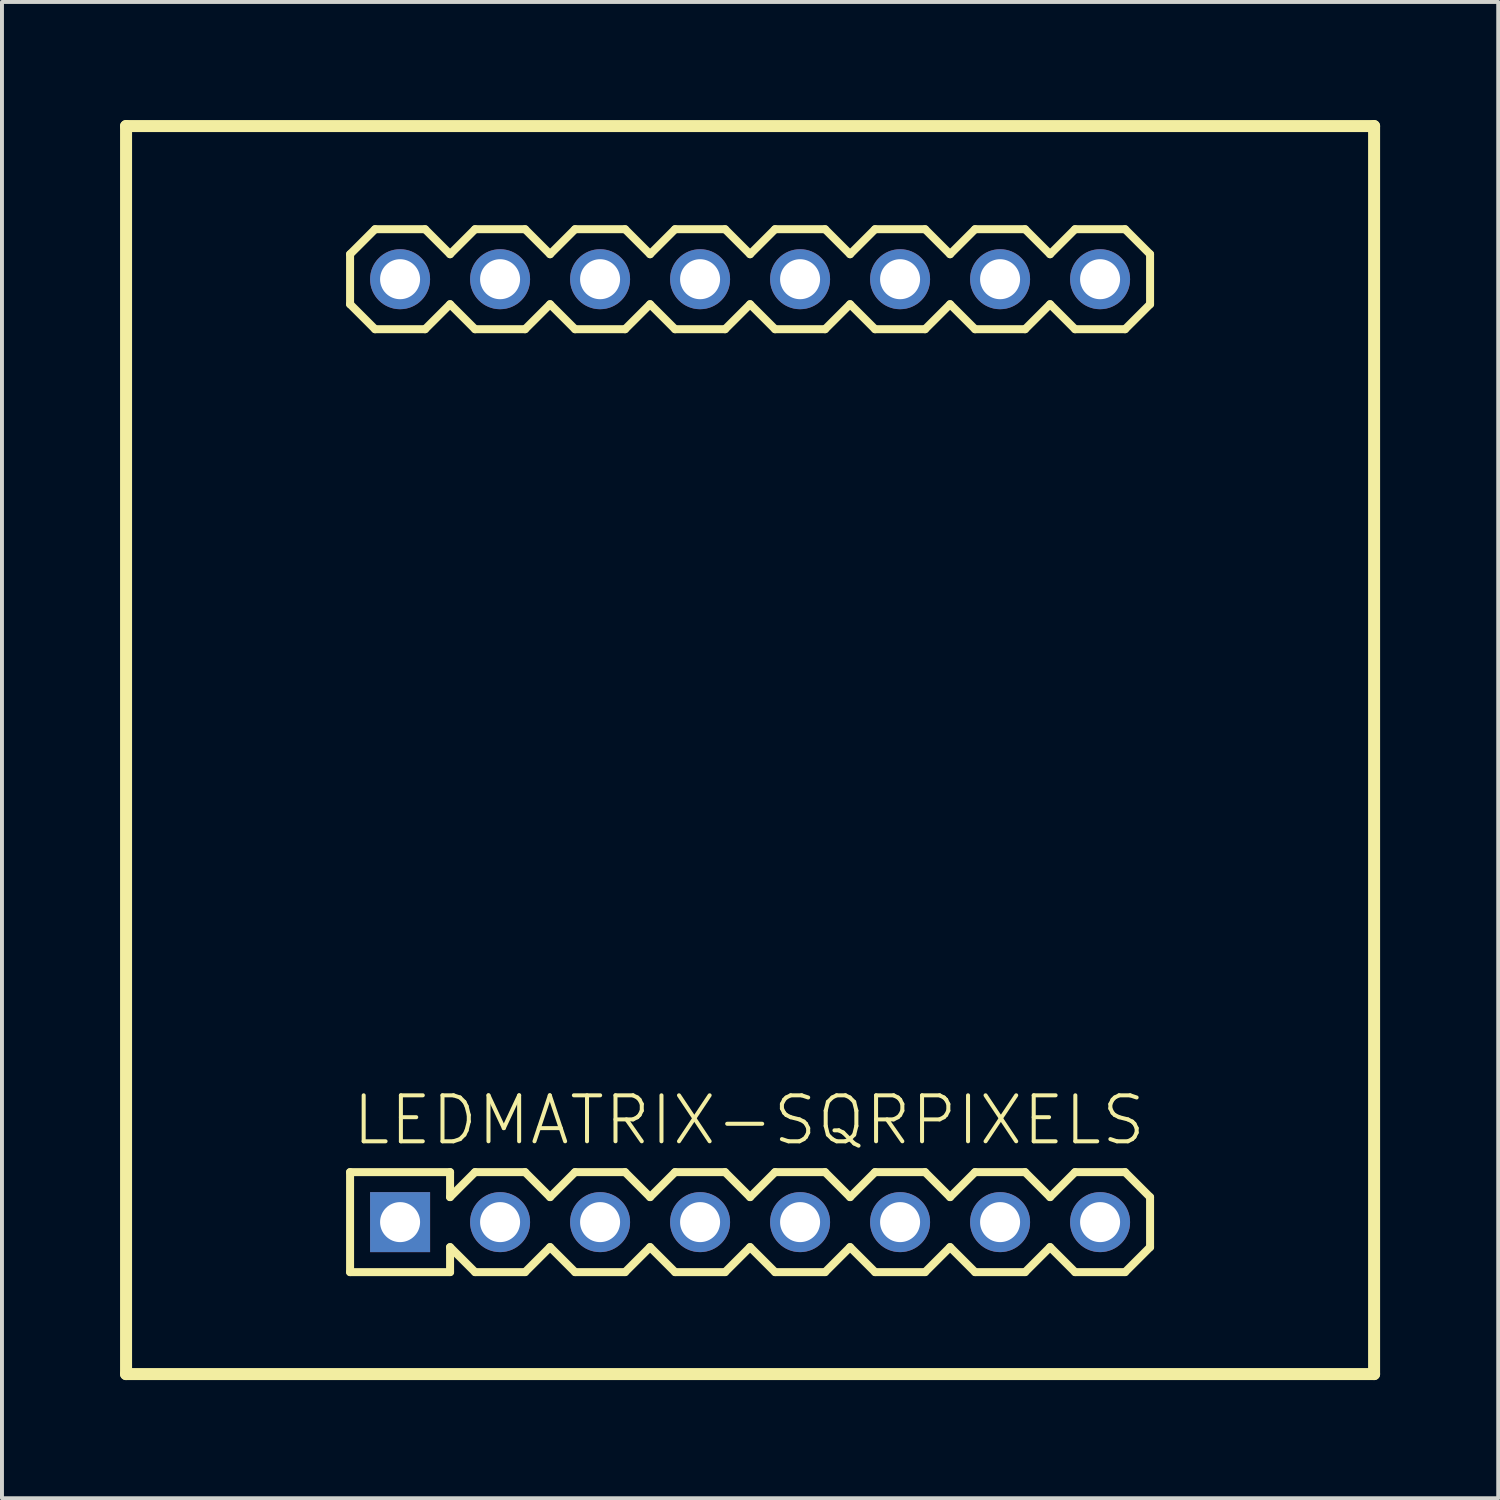
<source format=kicad_pcb>
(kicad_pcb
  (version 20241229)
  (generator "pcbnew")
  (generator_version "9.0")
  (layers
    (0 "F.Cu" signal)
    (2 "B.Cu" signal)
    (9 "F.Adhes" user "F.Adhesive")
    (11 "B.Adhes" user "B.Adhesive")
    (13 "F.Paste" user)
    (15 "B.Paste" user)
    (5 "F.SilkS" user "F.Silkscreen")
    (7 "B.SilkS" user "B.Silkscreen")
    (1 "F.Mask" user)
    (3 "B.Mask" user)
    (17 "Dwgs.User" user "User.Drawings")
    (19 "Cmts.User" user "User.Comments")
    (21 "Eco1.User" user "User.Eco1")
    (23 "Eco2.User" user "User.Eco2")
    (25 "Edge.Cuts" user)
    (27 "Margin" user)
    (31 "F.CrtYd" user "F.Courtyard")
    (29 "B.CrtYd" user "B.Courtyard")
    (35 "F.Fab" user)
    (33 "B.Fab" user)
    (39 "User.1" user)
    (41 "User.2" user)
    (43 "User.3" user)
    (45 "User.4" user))
  (footprint "LEDMATRIX-SQRPIXELS"
    (layer "F.Cu")
    (at 16.002 16.002)
    (property "Reference" "LEDMATRIX-SQRPIXELS" (at -10.16 10.085 0) (layer "F.SilkS") (effects (font (size 1.168 1.168) (thickness 0.102)) (justify left bottom)))
    (fp_line (start -15.85 -15.85) (end 15.85 -15.85) (stroke (width 0.305) (type solid)) (layer "F.SilkS"))
    (fp_line (start -15.85 15.85) (end -15.85 -15.85) (stroke (width 0.305) (type solid)) (layer "F.SilkS"))
    (fp_line (start -10.16 -12.595) (end -10.16 -11.325) (stroke (width 0.203) (type solid)) (layer "F.SilkS"))
    (fp_line (start -10.16 -11.325) (end -9.525 -10.69) (stroke (width 0.203) (type solid)) (layer "F.SilkS"))
    (fp_line (start -10.16 10.72) (end -10.16 13.26) (stroke (width 0.203) (type solid)) (layer "F.SilkS"))
    (fp_line (start -10.16 10.72) (end -7.62 10.72) (stroke (width 0.203) (type solid)) (layer "F.SilkS"))
    (fp_line (start -9.525 -13.23) (end -10.16 -12.595) (stroke (width 0.203) (type solid)) (layer "F.SilkS"))
    (fp_line (start -9.525 -13.23) (end -8.255 -13.23) (stroke (width 0.203) (type solid)) (layer "F.SilkS"))
    (fp_line (start -8.255 -13.23) (end -7.62 -12.595) (stroke (width 0.203) (type solid)) (layer "F.SilkS"))
    (fp_line (start -8.255 -10.69) (end -9.525 -10.69) (stroke (width 0.203) (type solid)) (layer "F.SilkS"))
    (fp_line (start -7.62 -12.595) (end -6.985 -13.23) (stroke (width 0.203) (type solid)) (layer "F.SilkS"))
    (fp_line (start -7.62 -11.325) (end -8.255 -10.69) (stroke (width 0.203) (type solid)) (layer "F.SilkS"))
    (fp_line (start -7.62 10.72) (end -7.62 11.355) (stroke (width 0.203) (type solid)) (layer "F.SilkS"))
    (fp_line (start -7.62 11.355) (end -6.985 10.72) (stroke (width 0.203) (type solid)) (layer "F.SilkS"))
    (fp_line (start -7.62 12.625) (end -7.62 13.26) (stroke (width 0.203) (type solid)) (layer "F.SilkS"))
    (fp_line (start -7.62 13.26) (end -10.16 13.26) (stroke (width 0.203) (type solid)) (layer "F.SilkS"))
    (fp_line (start -6.985 -13.23) (end -5.715 -13.23) (stroke (width 0.203) (type solid)) (layer "F.SilkS"))
    (fp_line (start -6.985 -10.69) (end -7.62 -11.325) (stroke (width 0.203) (type solid)) (layer "F.SilkS"))
    (fp_line (start -6.985 10.72) (end -5.715 10.72) (stroke (width 0.203) (type solid)) (layer "F.SilkS"))
    (fp_line (start -6.985 13.26) (end -7.62 12.625) (stroke (width 0.203) (type solid)) (layer "F.SilkS"))
    (fp_line (start -5.715 -13.23) (end -5.08 -12.595) (stroke (width 0.203) (type solid)) (layer "F.SilkS"))
    (fp_line (start -5.715 -10.69) (end -6.985 -10.69) (stroke (width 0.203) (type solid)) (layer "F.SilkS"))
    (fp_line (start -5.715 10.72) (end -5.08 11.355) (stroke (width 0.203) (type solid)) (layer "F.SilkS"))
    (fp_line (start -5.715 13.26) (end -6.985 13.26) (stroke (width 0.203) (type solid)) (layer "F.SilkS"))
    (fp_line (start -5.08 -12.595) (end -4.445 -13.23) (stroke (width 0.203) (type solid)) (layer "F.SilkS"))
    (fp_line (start -5.08 -11.325) (end -5.715 -10.69) (stroke (width 0.203) (type solid)) (layer "F.SilkS"))
    (fp_line (start -5.08 11.355) (end -4.445 10.72) (stroke (width 0.203) (type solid)) (layer "F.SilkS"))
    (fp_line (start -5.08 12.625) (end -5.715 13.26) (stroke (width 0.203) (type solid)) (layer "F.SilkS"))
    (fp_line (start -4.445 -13.23) (end -3.175 -13.23) (stroke (width 0.203) (type solid)) (layer "F.SilkS"))
    (fp_line (start -4.445 -10.69) (end -5.08 -11.325) (stroke (width 0.203) (type solid)) (layer "F.SilkS"))
    (fp_line (start -4.445 10.72) (end -3.175 10.72) (stroke (width 0.203) (type solid)) (layer "F.SilkS"))
    (fp_line (start -4.445 13.26) (end -5.08 12.625) (stroke (width 0.203) (type solid)) (layer "F.SilkS"))
    (fp_line (start -3.175 -13.23) (end -2.54 -12.595) (stroke (width 0.203) (type solid)) (layer "F.SilkS"))
    (fp_line (start -3.175 -10.69) (end -4.445 -10.69) (stroke (width 0.203) (type solid)) (layer "F.SilkS"))
    (fp_line (start -3.175 10.72) (end -2.54 11.355) (stroke (width 0.203) (type solid)) (layer "F.SilkS"))
    (fp_line (start -3.175 13.26) (end -4.445 13.26) (stroke (width 0.203) (type solid)) (layer "F.SilkS"))
    (fp_line (start -2.54 -11.325) (end -3.175 -10.69) (stroke (width 0.203) (type solid)) (layer "F.SilkS"))
    (fp_line (start -2.54 -11.325) (end -1.905 -10.69) (stroke (width 0.203) (type solid)) (layer "F.SilkS"))
    (fp_line (start -2.54 12.625) (end -3.175 13.26) (stroke (width 0.203) (type solid)) (layer "F.SilkS"))
    (fp_line (start -2.54 12.625) (end -1.905 13.26) (stroke (width 0.203) (type solid)) (layer "F.SilkS"))
    (fp_line (start -1.905 -13.23) (end -2.54 -12.595) (stroke (width 0.203) (type solid)) (layer "F.SilkS"))
    (fp_line (start -1.905 -13.23) (end -0.635 -13.23) (stroke (width 0.203) (type solid)) (layer "F.SilkS"))
    (fp_line (start -1.905 10.72) (end -2.54 11.355) (stroke (width 0.203) (type solid)) (layer "F.SilkS"))
    (fp_line (start -1.905 10.72) (end -0.635 10.72) (stroke (width 0.203) (type solid)) (layer "F.SilkS"))
    (fp_line (start -0.635 -13.23) (end 0 -12.595) (stroke (width 0.203) (type solid)) (layer "F.SilkS"))
    (fp_line (start -0.635 -10.69) (end -1.905 -10.69) (stroke (width 0.203) (type solid)) (layer "F.SilkS"))
    (fp_line (start -0.635 10.72) (end 0 11.355) (stroke (width 0.203) (type solid)) (layer "F.SilkS"))
    (fp_line (start -0.635 13.26) (end -1.905 13.26) (stroke (width 0.203) (type solid)) (layer "F.SilkS"))
    (fp_line (start 0 -11.325) (end -0.635 -10.69) (stroke (width 0.203) (type solid)) (layer "F.SilkS"))
    (fp_line (start 0 -11.325) (end 0.635 -10.69) (stroke (width 0.203) (type solid)) (layer "F.SilkS"))
    (fp_line (start 0 11.355) (end 0.635 10.72) (stroke (width 0.203) (type solid)) (layer "F.SilkS"))
    (fp_line (start 0 12.625) (end -0.635 13.26) (stroke (width 0.203) (type solid)) (layer "F.SilkS"))
    (fp_line (start 0.635 -13.23) (end 0 -12.595) (stroke (width 0.203) (type solid)) (layer "F.SilkS"))
    (fp_line (start 0.635 -13.23) (end 1.905 -13.23) (stroke (width 0.203) (type solid)) (layer "F.SilkS"))
    (fp_line (start 0.635 10.72) (end 1.905 10.72) (stroke (width 0.203) (type solid)) (layer "F.SilkS"))
    (fp_line (start 0.635 13.26) (end 0 12.625) (stroke (width 0.203) (type solid)) (layer "F.SilkS"))
    (fp_line (start 1.905 -13.23) (end 2.54 -12.595) (stroke (width 0.203) (type solid)) (layer "F.SilkS"))
    (fp_line (start 1.905 -10.69) (end 0.635 -10.69) (stroke (width 0.203) (type solid)) (layer "F.SilkS"))
    (fp_line (start 1.905 10.72) (end 2.54 11.355) (stroke (width 0.203) (type solid)) (layer "F.SilkS"))
    (fp_line (start 1.905 13.26) (end 0.635 13.26) (stroke (width 0.203) (type solid)) (layer "F.SilkS"))
    (fp_line (start 2.54 -12.595) (end 3.175 -13.23) (stroke (width 0.203) (type solid)) (layer "F.SilkS"))
    (fp_line (start 2.54 -11.325) (end 1.905 -10.69) (stroke (width 0.203) (type solid)) (layer "F.SilkS"))
    (fp_line (start 2.54 11.355) (end 3.175 10.72) (stroke (width 0.203) (type solid)) (layer "F.SilkS"))
    (fp_line (start 2.54 12.625) (end 1.905 13.26) (stroke (width 0.203) (type solid)) (layer "F.SilkS"))
    (fp_line (start 3.175 -13.23) (end 4.445 -13.23) (stroke (width 0.203) (type solid)) (layer "F.SilkS"))
    (fp_line (start 3.175 -10.69) (end 2.54 -11.325) (stroke (width 0.203) (type solid)) (layer "F.SilkS"))
    (fp_line (start 3.175 10.72) (end 4.445 10.72) (stroke (width 0.203) (type solid)) (layer "F.SilkS"))
    (fp_line (start 3.175 13.26) (end 2.54 12.625) (stroke (width 0.203) (type solid)) (layer "F.SilkS"))
    (fp_line (start 4.445 -13.23) (end 5.08 -12.595) (stroke (width 0.203) (type solid)) (layer "F.SilkS"))
    (fp_line (start 4.445 -10.69) (end 3.175 -10.69) (stroke (width 0.203) (type solid)) (layer "F.SilkS"))
    (fp_line (start 4.445 10.72) (end 5.08 11.355) (stroke (width 0.203) (type solid)) (layer "F.SilkS"))
    (fp_line (start 4.445 13.26) (end 3.175 13.26) (stroke (width 0.203) (type solid)) (layer "F.SilkS"))
    (fp_line (start 5.08 -12.595) (end 5.715 -13.23) (stroke (width 0.203) (type solid)) (layer "F.SilkS"))
    (fp_line (start 5.08 -11.325) (end 4.445 -10.69) (stroke (width 0.203) (type solid)) (layer "F.SilkS"))
    (fp_line (start 5.08 12.625) (end 4.445 13.26) (stroke (width 0.203) (type solid)) (layer "F.SilkS"))
    (fp_line (start 5.08 12.625) (end 5.715 13.26) (stroke (width 0.203) (type solid)) (layer "F.SilkS"))
    (fp_line (start 5.715 -13.23) (end 6.985 -13.23) (stroke (width 0.203) (type solid)) (layer "F.SilkS"))
    (fp_line (start 5.715 -10.69) (end 5.08 -11.325) (stroke (width 0.203) (type solid)) (layer "F.SilkS"))
    (fp_line (start 5.715 10.72) (end 5.08 11.355) (stroke (width 0.203) (type solid)) (layer "F.SilkS"))
    (fp_line (start 5.715 10.72) (end 6.985 10.72) (stroke (width 0.203) (type solid)) (layer "F.SilkS"))
    (fp_line (start 6.985 -13.23) (end 7.62 -12.595) (stroke (width 0.203) (type solid)) (layer "F.SilkS"))
    (fp_line (start 6.985 -10.69) (end 5.715 -10.69) (stroke (width 0.203) (type solid)) (layer "F.SilkS"))
    (fp_line (start 6.985 10.72) (end 7.62 11.355) (stroke (width 0.203) (type solid)) (layer "F.SilkS"))
    (fp_line (start 6.985 13.26) (end 5.715 13.26) (stroke (width 0.203) (type solid)) (layer "F.SilkS"))
    (fp_line (start 7.62 -11.325) (end 6.985 -10.69) (stroke (width 0.203) (type solid)) (layer "F.SilkS"))
    (fp_line (start 7.62 -11.325) (end 8.255 -10.69) (stroke (width 0.203) (type solid)) (layer "F.SilkS"))
    (fp_line (start 7.62 12.625) (end 6.985 13.26) (stroke (width 0.203) (type solid)) (layer "F.SilkS"))
    (fp_line (start 7.62 12.625) (end 8.255 13.26) (stroke (width 0.203) (type solid)) (layer "F.SilkS"))
    (fp_line (start 8.255 -13.23) (end 7.62 -12.595) (stroke (width 0.203) (type solid)) (layer "F.SilkS"))
    (fp_line (start 8.255 -13.23) (end 9.525 -13.23) (stroke (width 0.203) (type solid)) (layer "F.SilkS"))
    (fp_line (start 8.255 10.72) (end 7.62 11.355) (stroke (width 0.203) (type solid)) (layer "F.SilkS"))
    (fp_line (start 8.255 10.72) (end 9.525 10.72) (stroke (width 0.203) (type solid)) (layer "F.SilkS"))
    (fp_line (start 9.525 -13.23) (end 10.16 -12.595) (stroke (width 0.203) (type solid)) (layer "F.SilkS"))
    (fp_line (start 9.525 -10.69) (end 8.255 -10.69) (stroke (width 0.203) (type solid)) (layer "F.SilkS"))
    (fp_line (start 9.525 10.72) (end 10.16 11.355) (stroke (width 0.203) (type solid)) (layer "F.SilkS"))
    (fp_line (start 9.525 13.26) (end 8.255 13.26) (stroke (width 0.203) (type solid)) (layer "F.SilkS"))
    (fp_line (start 10.16 -12.595) (end 10.16 -11.325) (stroke (width 0.203) (type solid)) (layer "F.SilkS"))
    (fp_line (start 10.16 -11.325) (end 9.525 -10.69) (stroke (width 0.203) (type solid)) (layer "F.SilkS"))
    (fp_line (start 10.16 11.355) (end 10.16 12.625) (stroke (width 0.203) (type solid)) (layer "F.SilkS"))
    (fp_line (start 10.16 12.625) (end 9.525 13.26) (stroke (width 0.203) (type solid)) (layer "F.SilkS"))
    (fp_line (start 15.85 -15.85) (end 15.85 15.85) (stroke (width 0.305) (type solid)) (layer "F.SilkS"))
    (fp_line (start 15.85 15.85) (end -15.85 15.85) (stroke (width 0.305) (type solid)) (layer "F.SilkS"))
    (fp_poly (pts (xy -9.144 -11.706) (xy -8.636 -11.706) (xy -8.636 -12.214) (xy -9.144 -12.214)) (stroke (width 0.1) (type solid)) (fill no) (layer "F.Fab"))
    (fp_poly (pts (xy -9.144 12.244) (xy -8.636 12.244) (xy -8.636 11.736) (xy -9.144 11.736)) (stroke (width 0.1) (type solid)) (fill no) (layer "F.Fab"))
    (fp_poly (pts (xy -6.604 -11.706) (xy -6.096 -11.706) (xy -6.096 -12.214) (xy -6.604 -12.214)) (stroke (width 0.1) (type solid)) (fill no) (layer "F.Fab"))
    (fp_poly (pts (xy -6.604 12.244) (xy -6.096 12.244) (xy -6.096 11.736) (xy -6.604 11.736)) (stroke (width 0.1) (type solid)) (fill no) (layer "F.Fab"))
    (fp_poly (pts (xy -4.064 -11.706) (xy -3.556 -11.706) (xy -3.556 -12.214) (xy -4.064 -12.214)) (stroke (width 0.1) (type solid)) (fill no) (layer "F.Fab"))
    (fp_poly (pts (xy -4.064 12.244) (xy -3.556 12.244) (xy -3.556 11.736) (xy -4.064 11.736)) (stroke (width 0.1) (type solid)) (fill no) (layer "F.Fab"))
    (fp_poly (pts (xy -1.524 -11.706) (xy -1.016 -11.706) (xy -1.016 -12.214) (xy -1.524 -12.214)) (stroke (width 0.1) (type solid)) (fill no) (layer "F.Fab"))
    (fp_poly (pts (xy -1.524 12.244) (xy -1.016 12.244) (xy -1.016 11.736) (xy -1.524 11.736)) (stroke (width 0.1) (type solid)) (fill no) (layer "F.Fab"))
    (fp_poly (pts (xy 1.016 -11.706) (xy 1.524 -11.706) (xy 1.524 -12.214) (xy 1.016 -12.214)) (stroke (width 0.1) (type solid)) (fill no) (layer "F.Fab"))
    (fp_poly (pts (xy 1.016 12.244) (xy 1.524 12.244) (xy 1.524 11.736) (xy 1.016 11.736)) (stroke (width 0.1) (type solid)) (fill no) (layer "F.Fab"))
    (fp_poly (pts (xy 3.556 -11.706) (xy 4.064 -11.706) (xy 4.064 -12.214) (xy 3.556 -12.214)) (stroke (width 0.1) (type solid)) (fill no) (layer "F.Fab"))
    (fp_poly (pts (xy 3.556 12.244) (xy 4.064 12.244) (xy 4.064 11.736) (xy 3.556 11.736)) (stroke (width 0.1) (type solid)) (fill no) (layer "F.Fab"))
    (fp_poly (pts (xy 6.096 -11.706) (xy 6.604 -11.706) (xy 6.604 -12.214) (xy 6.096 -12.214)) (stroke (width 0.1) (type solid)) (fill no) (layer "F.Fab"))
    (fp_poly (pts (xy 6.096 12.244) (xy 6.604 12.244) (xy 6.604 11.736) (xy 6.096 11.736)) (stroke (width 0.1) (type solid)) (fill no) (layer "F.Fab"))
    (fp_poly (pts (xy 8.636 -11.706) (xy 9.144 -11.706) (xy 9.144 -12.214) (xy 8.636 -12.214)) (stroke (width 0.1) (type solid)) (fill no) (layer "F.Fab"))
    (fp_poly (pts (xy 8.636 12.244) (xy 9.144 12.244) (xy 9.144 11.736) (xy 8.636 11.736)) (stroke (width 0.1) (type solid)) (fill no) (layer "F.Fab"))
    (pad "1" thru_hole rect (at -8.89 11.99 90) (size 1.524 1.524) (drill 1.016) (layers "*.Cu" "*.Mask"))
    (pad "2" thru_hole circle (at -6.35 11.99 90) (size 1.524 1.524) (drill 1.016) (layers "*.Cu" "*.Mask"))
    (pad "3" thru_hole circle (at -3.81 11.99 90) (size 1.524 1.524) (drill 1.016) (layers "*.Cu" "*.Mask"))
    (pad "4" thru_hole circle (at -1.27 11.99 90) (size 1.524 1.524) (drill 1.016) (layers "*.Cu" "*.Mask"))
    (pad "5" thru_hole circle (at 1.27 11.99 90) (size 1.524 1.524) (drill 1.016) (layers "*.Cu" "*.Mask"))
    (pad "6" thru_hole circle (at 3.81 11.99 90) (size 1.524 1.524) (drill 1.016) (layers "*.Cu" "*.Mask"))
    (pad "7" thru_hole circle (at 6.35 11.99 90) (size 1.524 1.524) (drill 1.016) (layers "*.Cu" "*.Mask"))
    (pad "8" thru_hole circle (at 8.89 11.99 90) (size 1.524 1.524) (drill 1.016) (layers "*.Cu" "*.Mask"))
    (pad "9" thru_hole circle (at 8.89 -11.96 90) (size 1.524 1.524) (drill 1.016) (layers "*.Cu" "*.Mask"))
    (pad "10" thru_hole circle (at 6.35 -11.96 90) (size 1.524 1.524) (drill 1.016) (layers "*.Cu" "*.Mask"))
    (pad "11" thru_hole circle (at 3.81 -11.96 90) (size 1.524 1.524) (drill 1.016) (layers "*.Cu" "*.Mask"))
    (pad "12" thru_hole circle (at 1.27 -11.96 90) (size 1.524 1.524) (drill 1.016) (layers "*.Cu" "*.Mask"))
    (pad "13" thru_hole circle (at -1.27 -11.96 90) (size 1.524 1.524) (drill 1.016) (layers "*.Cu" "*.Mask"))
    (pad "14" thru_hole circle (at -3.81 -11.96 90) (size 1.524 1.524) (drill 1.016) (layers "*.Cu" "*.Mask"))
    (pad "15" thru_hole circle (at -6.35 -11.96 90) (size 1.524 1.524) (drill 1.016) (layers "*.Cu" "*.Mask"))
    (pad "16" thru_hole circle (at -8.89 -11.96 90) (size 1.524 1.524) (drill 1.016) (layers "*.Cu" "*.Mask")))
  (gr_rect
    (start -3 -3)
    (end 35.005 35.005)
    (stroke (width 0.1) (type default))
    (fill no)
    (layer "Edge.Cuts")))
</source>
